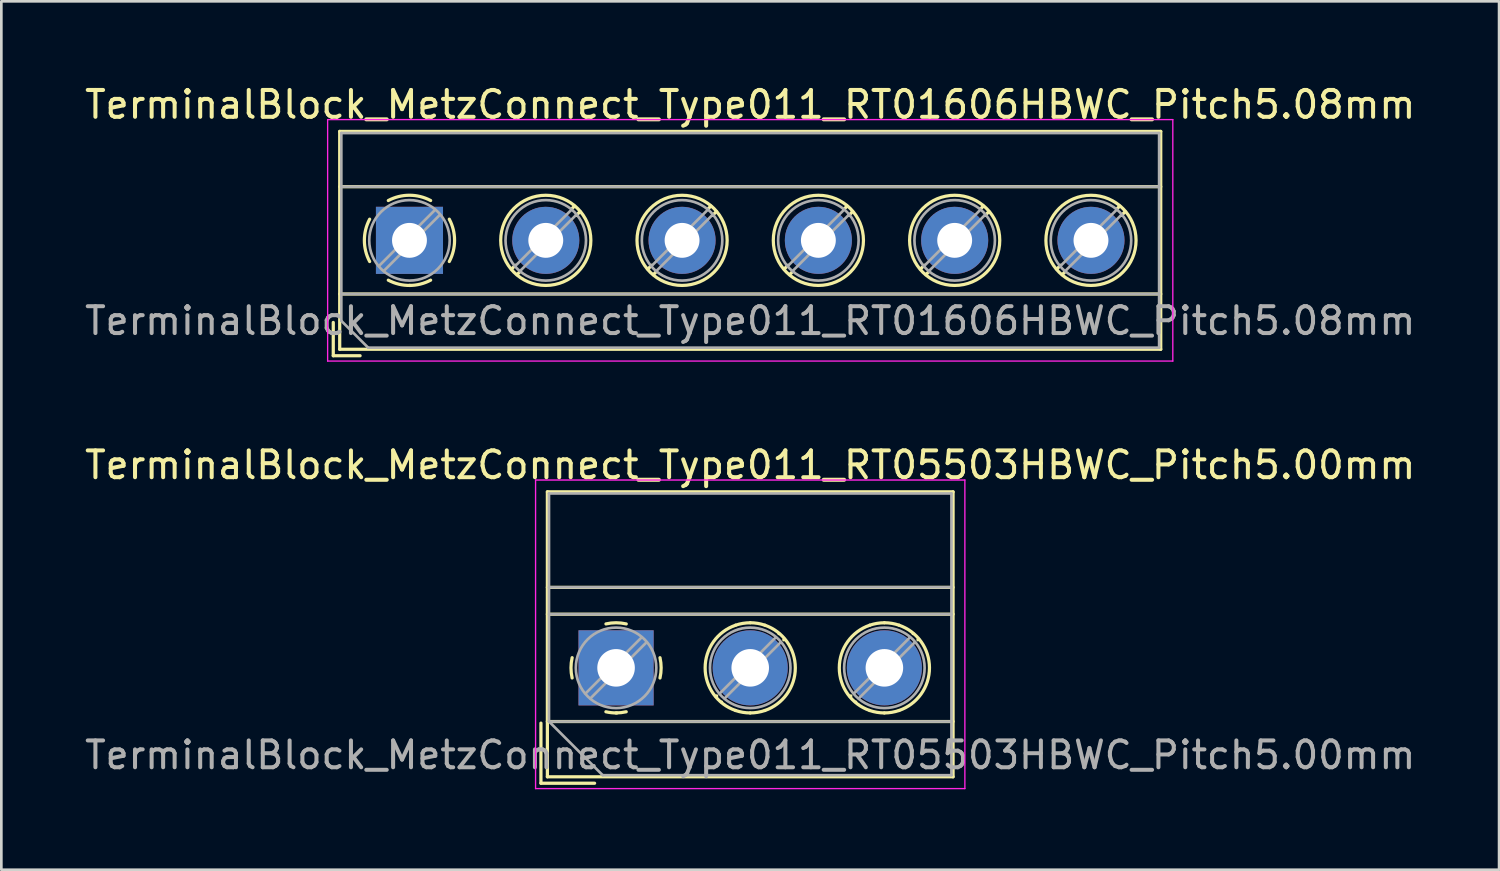
<source format=kicad_pcb>
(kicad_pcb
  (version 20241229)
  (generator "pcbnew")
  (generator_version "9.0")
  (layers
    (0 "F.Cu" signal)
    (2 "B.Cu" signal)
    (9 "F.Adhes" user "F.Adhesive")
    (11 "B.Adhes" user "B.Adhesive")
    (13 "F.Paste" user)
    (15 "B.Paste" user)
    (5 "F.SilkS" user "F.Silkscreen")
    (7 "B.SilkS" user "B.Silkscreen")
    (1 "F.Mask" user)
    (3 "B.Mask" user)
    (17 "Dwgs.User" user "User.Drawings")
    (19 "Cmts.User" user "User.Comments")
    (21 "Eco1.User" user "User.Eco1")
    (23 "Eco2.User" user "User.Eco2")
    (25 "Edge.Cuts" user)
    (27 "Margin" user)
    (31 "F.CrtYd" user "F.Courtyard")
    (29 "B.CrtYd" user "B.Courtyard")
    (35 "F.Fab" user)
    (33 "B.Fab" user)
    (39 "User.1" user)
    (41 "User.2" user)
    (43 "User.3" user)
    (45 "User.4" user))
  (footprint "TerminalBlock_MetzConnect_Type011_RT05503HBWC_Pitch5.00mm"
    (layer "F.Cu")
    (at 19.911 21.841)
    (property "Reference" "TerminalBlock_MetzConnect_Type011_RT05503HBWC_Pitch5.00mm" (at 5 -7.56 0) (layer "F.SilkS") (effects (font (size 1 1) (thickness 0.15))))
    (attr through_hole)
    (fp_line (start -2.8 2.06) (end -2.8 4.3) (stroke (width 0.12) (type solid)) (layer "F.SilkS"))
    (fp_line (start -2.8 4.3) (end -0.8 4.3) (stroke (width 0.12) (type solid)) (layer "F.SilkS"))
    (fp_line (start -2.56 -6.56) (end -2.56 4.06) (stroke (width 0.12) (type solid)) (layer "F.SilkS"))
    (fp_line (start -2.56 -3) (end 12.56 -3) (stroke (width 0.12) (type solid)) (layer "F.SilkS"))
    (fp_line (start -2.56 -2) (end 12.56 -2) (stroke (width 0.12) (type solid)) (layer "F.SilkS"))
    (fp_line (start -2.56 2) (end 12.56 2) (stroke (width 0.12) (type solid)) (layer "F.SilkS"))
    (fp_line (start -2.56 4.06) (end 12.56 4.06) (stroke (width 0.12) (type solid)) (layer "F.SilkS"))
    (fp_line (start 3.75 1.046) (end 3.726 1.069) (stroke (width 0.12) (type solid)) (layer "F.SilkS"))
    (fp_line (start 3.931 1.274) (end 3.931 1.274) (stroke (width 0.12) (type solid)) (layer "F.SilkS"))
    (fp_line (start 6.07 -1.275) (end 6.07 -1.275) (stroke (width 0.12) (type solid)) (layer "F.SilkS"))
    (fp_line (start 6.275 -1.069) (end 6.251 -1.046) (stroke (width 0.12) (type solid)) (layer "F.SilkS"))
    (fp_line (start 8.75 1.046) (end 8.726 1.069) (stroke (width 0.12) (type solid)) (layer "F.SilkS"))
    (fp_line (start 8.931 1.274) (end 8.931 1.274) (stroke (width 0.12) (type solid)) (layer "F.SilkS"))
    (fp_line (start 11.07 -1.275) (end 11.07 -1.275) (stroke (width 0.12) (type solid)) (layer "F.SilkS"))
    (fp_line (start 11.275 -1.069) (end 11.251 -1.046) (stroke (width 0.12) (type solid)) (layer "F.SilkS"))
    (fp_line (start 12.56 -6.56) (end -2.56 -6.56) (stroke (width 0.12) (type solid)) (layer "F.SilkS"))
    (fp_line (start 12.56 4.06) (end 12.56 -6.56) (stroke (width 0.12) (type solid)) (layer "F.SilkS"))
    (fp_arc (start -1.637469 0.376971) (mid -1.680301 -0.001041) (end -1.637 -0.379) (stroke (width 0.12) (type solid)) (layer "F.SilkS"))
    (fp_arc (start -0.376971 -1.637469) (mid 0.001041 -1.680301) (end 0.379 -1.637) (stroke (width 0.12) (type solid)) (layer "F.SilkS"))
    (fp_arc (start 0.028284 1.680063) (mid -0.176675 1.670987) (end -0.379 1.637) (stroke (width 0.12) (type solid)) (layer "F.SilkS"))
    (fp_arc (start 0.377918 1.636942) (mid 0.190182 1.669201) (end 0 1.68) (stroke (width 0.12) (type solid)) (layer "F.SilkS"))
    (fp_arc (start 1.63703 -0.377869) (mid 1.680075 0.000067) (end 1.637 0.378) (stroke (width 0.12) (type solid)) (layer "F.SilkS"))
    (fp_arc (start 4.451968 1.5883) (mid 3.319811 -0.001075) (end 4.454 -1.589) (stroke (width 0.12) (type solid)) (layer "F.SilkS"))
    (fp_arc (start 4.453991 -1.588797) (mid 4.723706 -1.657125) (end 5.001 -1.68) (stroke (width 0.12) (type solid)) (layer "F.SilkS"))
    (fp_arc (start 5.000129 1.680515) (mid 4.722762 1.657489) (end 4.453 1.589) (stroke (width 0.12) (type solid)) (layer "F.SilkS"))
    (fp_arc (start 5.000816 -1.68084) (mid 5.278224 -1.657654) (end 5.548 -1.589) (stroke (width 0.12) (type solid)) (layer "F.SilkS"))
    (fp_arc (start 5.546954 1.588471) (mid 5.27728 1.656959) (end 5 1.68) (stroke (width 0.12) (type solid)) (layer "F.SilkS"))
    (fp_arc (start 5.547244 -1.588916) (mid 6.680515 0.000129) (end 5.547 1.589) (stroke (width 0.12) (type solid)) (layer "F.SilkS"))
    (fp_arc (start 9.451968 1.5883) (mid 8.319811 -0.001075) (end 9.454 -1.589) (stroke (width 0.12) (type solid)) (layer "F.SilkS"))
    (fp_arc (start 9.453991 -1.588797) (mid 9.723706 -1.657125) (end 10.001 -1.68) (stroke (width 0.12) (type solid)) (layer "F.SilkS"))
    (fp_arc (start 10.000129 1.680515) (mid 9.722762 1.657489) (end 9.453 1.589) (stroke (width 0.12) (type solid)) (layer "F.SilkS"))
    (fp_arc (start 10.000816 -1.68084) (mid 10.278224 -1.657654) (end 10.548 -1.589) (stroke (width 0.12) (type solid)) (layer "F.SilkS"))
    (fp_arc (start 10.546954 1.588471) (mid 10.27728 1.656959) (end 10 1.68) (stroke (width 0.12) (type solid)) (layer "F.SilkS"))
    (fp_arc (start 10.547244 -1.588916) (mid 11.680515 0.000129) (end 10.547 1.589) (stroke (width 0.12) (type solid)) (layer "F.SilkS"))
    (fp_line (start -3 -7) (end -3 4.5) (stroke (width 0.05) (type solid)) (layer "F.CrtYd"))
    (fp_line (start -3 4.5) (end 13 4.5) (stroke (width 0.05) (type solid)) (layer "F.CrtYd"))
    (fp_line (start 13 -7) (end -3 -7) (stroke (width 0.05) (type solid)) (layer "F.CrtYd"))
    (fp_line (start 13 4.5) (end 13 -7) (stroke (width 0.05) (type solid)) (layer "F.CrtYd"))
    (fp_line (start -2.5 -6.5) (end 12.5 -6.5) (stroke (width 0.1) (type solid)) (layer "F.Fab"))
    (fp_line (start -2.5 -3) (end 12.5 -3) (stroke (width 0.1) (type solid)) (layer "F.Fab"))
    (fp_line (start -2.5 -2) (end 12.5 -2) (stroke (width 0.1) (type solid)) (layer "F.Fab"))
    (fp_line (start -2.5 2) (end -2.5 -6.5) (stroke (width 0.1) (type solid)) (layer "F.Fab"))
    (fp_line (start -2.5 2) (end 12.5 2) (stroke (width 0.1) (type solid)) (layer "F.Fab"))
    (fp_line (start -0.5 4) (end -2.5 2) (stroke (width 0.1) (type solid)) (layer "F.Fab"))
    (fp_line (start 0.955 -1.138) (end -1.138 0.955) (stroke (width 0.1) (type solid)) (layer "F.Fab"))
    (fp_line (start 1.138 -0.955) (end -0.955 1.138) (stroke (width 0.1) (type solid)) (layer "F.Fab"))
    (fp_line (start 5.955 -1.138) (end 3.863 0.955) (stroke (width 0.1) (type solid)) (layer "F.Fab"))
    (fp_line (start 6.138 -0.955) (end 4.046 1.138) (stroke (width 0.1) (type solid)) (layer "F.Fab"))
    (fp_line (start 10.955 -1.138) (end 8.863 0.955) (stroke (width 0.1) (type solid)) (layer "F.Fab"))
    (fp_line (start 11.138 -0.955) (end 9.046 1.138) (stroke (width 0.1) (type solid)) (layer "F.Fab"))
    (fp_line (start 12.5 -6.5) (end 12.5 4) (stroke (width 0.1) (type solid)) (layer "F.Fab"))
    (fp_line (start 12.5 4) (end -0.5 4) (stroke (width 0.1) (type solid)) (layer "F.Fab"))
    (fp_circle (center 0 0) (end 1.5 0) (stroke (width 0.1) (type solid)) (fill no) (layer "F.Fab"))
    (fp_circle (center 5 0) (end 6.5 0) (stroke (width 0.1) (type solid)) (fill no) (layer "F.Fab"))
    (fp_circle (center 10 0) (end 11.5 0) (stroke (width 0.1) (type solid)) (fill no) (layer "F.Fab"))
    (fp_text user "${REFERENCE}" (at 5 3.25 0) (layer "F.Fab") (effects (font (size 1 1) (thickness 0.15))))
    (pad "1" thru_hole rect (at 0 0) (size 2.8 2.8) (drill 1.4) (layers "*.Cu" "*.Mask"))
    (pad "2" thru_hole oval (at 5 0) (size 2.8 2.8) (drill 1.4) (layers "*.Cu" "*.Mask"))
    (pad "3" thru_hole oval (at 10 0) (size 2.8 2.8) (drill 1.4) (layers "*.Cu" "*.Mask")))
  (footprint "TerminalBlock_MetzConnect_Type011_RT01606HBWC_Pitch5.08mm"
    (layer "F.Cu")
    (at 12.211 5.908)
    (property "Reference" "TerminalBlock_MetzConnect_Type011_RT01606HBWC_Pitch5.08mm" (at 12.7 -5.06 0) (layer "F.SilkS") (effects (font (size 1 1) (thickness 0.15))))
    (attr through_hole)
    (fp_line (start -2.84 3.06) (end -2.84 4.3) (stroke (width 0.12) (type solid)) (layer "F.SilkS"))
    (fp_line (start -2.84 4.3) (end -1.84 4.3) (stroke (width 0.12) (type solid)) (layer "F.SilkS"))
    (fp_line (start -2.6 -4.06) (end -2.6 4.06) (stroke (width 0.12) (type solid)) (layer "F.SilkS"))
    (fp_line (start -2.6 -2) (end 28 -2) (stroke (width 0.12) (type solid)) (layer "F.SilkS"))
    (fp_line (start -2.6 2) (end 28 2) (stroke (width 0.12) (type solid)) (layer "F.SilkS"))
    (fp_line (start -2.6 4.06) (end 28 4.06) (stroke (width 0.12) (type solid)) (layer "F.SilkS"))
    (fp_line (start 3.947 0.929) (end 3.806 1.069) (stroke (width 0.12) (type solid)) (layer "F.SilkS"))
    (fp_line (start 4.117 1.169) (end 4.011 1.274) (stroke (width 0.12) (type solid)) (layer "F.SilkS"))
    (fp_line (start 6.15 -1.275) (end 6.044 -1.169) (stroke (width 0.12) (type solid)) (layer "F.SilkS"))
    (fp_line (start 6.355 -1.069) (end 6.214 -0.929) (stroke (width 0.12) (type solid)) (layer "F.SilkS"))
    (fp_line (start 9.027 0.929) (end 8.886 1.069) (stroke (width 0.12) (type solid)) (layer "F.SilkS"))
    (fp_line (start 9.197 1.169) (end 9.091 1.274) (stroke (width 0.12) (type solid)) (layer "F.SilkS"))
    (fp_line (start 11.23 -1.275) (end 11.124 -1.169) (stroke (width 0.12) (type solid)) (layer "F.SilkS"))
    (fp_line (start 11.435 -1.069) (end 11.294 -0.929) (stroke (width 0.12) (type solid)) (layer "F.SilkS"))
    (fp_line (start 14.107 0.929) (end 13.966 1.069) (stroke (width 0.12) (type solid)) (layer "F.SilkS"))
    (fp_line (start 14.277 1.169) (end 14.171 1.274) (stroke (width 0.12) (type solid)) (layer "F.SilkS"))
    (fp_line (start 16.31 -1.275) (end 16.204 -1.169) (stroke (width 0.12) (type solid)) (layer "F.SilkS"))
    (fp_line (start 16.515 -1.069) (end 16.374 -0.929) (stroke (width 0.12) (type solid)) (layer "F.SilkS"))
    (fp_line (start 19.187 0.929) (end 19.046 1.069) (stroke (width 0.12) (type solid)) (layer "F.SilkS"))
    (fp_line (start 19.357 1.169) (end 19.251 1.274) (stroke (width 0.12) (type solid)) (layer "F.SilkS"))
    (fp_line (start 21.39 -1.275) (end 21.284 -1.169) (stroke (width 0.12) (type solid)) (layer "F.SilkS"))
    (fp_line (start 21.595 -1.069) (end 21.454 -0.929) (stroke (width 0.12) (type solid)) (layer "F.SilkS"))
    (fp_line (start 24.267 0.929) (end 24.126 1.069) (stroke (width 0.12) (type solid)) (layer "F.SilkS"))
    (fp_line (start 24.437 1.169) (end 24.331 1.274) (stroke (width 0.12) (type solid)) (layer "F.SilkS"))
    (fp_line (start 26.47 -1.275) (end 26.364 -1.169) (stroke (width 0.12) (type solid)) (layer "F.SilkS"))
    (fp_line (start 26.675 -1.069) (end 26.534 -0.929) (stroke (width 0.12) (type solid)) (layer "F.SilkS"))
    (fp_line (start 28 -4.06) (end -2.6 -4.06) (stroke (width 0.12) (type solid)) (layer "F.SilkS"))
    (fp_line (start 28 4.06) (end 28 -4.06) (stroke (width 0.12) (type solid)) (layer "F.SilkS"))
    (fp_arc (start -1.483953 0.789089) (mid -1.680708 0.00005) (end -1.484 -0.789) (stroke (width 0.12) (type solid)) (layer "F.SilkS"))
    (fp_arc (start -0.789089 -1.483953) (mid -0.00005 -1.680708) (end 0.789 -1.484) (stroke (width 0.12) (type solid)) (layer "F.SilkS"))
    (fp_arc (start 0.029383 1.68045) (mid -0.392304 1.634281) (end -0.789 1.484) (stroke (width 0.12) (type solid)) (layer "F.SilkS"))
    (fp_arc (start 0.788712 1.483352) (mid 0.406429 1.630097) (end 0 1.68) (stroke (width 0.12) (type solid)) (layer "F.SilkS"))
    (fp_arc (start 1.483953 -0.789089) (mid 1.680708 -0.00005) (end 1.484 0.789) (stroke (width 0.12) (type solid)) (layer "F.SilkS"))
    (fp_circle (center 5.08 0) (end 6.76 0) (stroke (width 0.12) (type solid)) (fill no) (layer "F.SilkS"))
    (fp_circle (center 10.16 0) (end 11.84 0) (stroke (width 0.12) (type solid)) (fill no) (layer "F.SilkS"))
    (fp_circle (center 15.24 0) (end 16.92 0) (stroke (width 0.12) (type solid)) (fill no) (layer "F.SilkS"))
    (fp_circle (center 20.32 0) (end 22 0) (stroke (width 0.12) (type solid)) (fill no) (layer "F.SilkS"))
    (fp_circle (center 25.4 0) (end 27.08 0) (stroke (width 0.12) (type solid)) (fill no) (layer "F.SilkS"))
    (fp_line (start -3.05 -4.5) (end -3.05 4.5) (stroke (width 0.05) (type solid)) (layer "F.CrtYd"))
    (fp_line (start -3.05 4.5) (end 28.45 4.5) (stroke (width 0.05) (type solid)) (layer "F.CrtYd"))
    (fp_line (start 28.45 -4.5) (end -3.05 -4.5) (stroke (width 0.05) (type solid)) (layer "F.CrtYd"))
    (fp_line (start 28.45 4.5) (end 28.45 -4.5) (stroke (width 0.05) (type solid)) (layer "F.CrtYd"))
    (fp_line (start -2.54 -4) (end 27.94 -4) (stroke (width 0.1) (type solid)) (layer "F.Fab"))
    (fp_line (start -2.54 -2) (end 27.94 -2) (stroke (width 0.1) (type solid)) (layer "F.Fab"))
    (fp_line (start -2.54 2) (end 27.94 2) (stroke (width 0.1) (type solid)) (layer "F.Fab"))
    (fp_line (start -2.54 3) (end -2.54 -4) (stroke (width 0.1) (type solid)) (layer "F.Fab"))
    (fp_line (start -1.54 4) (end -2.54 3) (stroke (width 0.1) (type solid)) (layer "F.Fab"))
    (fp_line (start 0.955 -1.138) (end -1.138 0.955) (stroke (width 0.1) (type solid)) (layer "F.Fab"))
    (fp_line (start 1.138 -0.955) (end -0.955 1.138) (stroke (width 0.1) (type solid)) (layer "F.Fab"))
    (fp_line (start 6.035 -1.138) (end 3.943 0.955) (stroke (width 0.1) (type solid)) (layer "F.Fab"))
    (fp_line (start 6.218 -0.955) (end 4.126 1.138) (stroke (width 0.1) (type solid)) (layer "F.Fab"))
    (fp_line (start 11.115 -1.138) (end 9.023 0.955) (stroke (width 0.1) (type solid)) (layer "F.Fab"))
    (fp_line (start 11.298 -0.955) (end 9.206 1.138) (stroke (width 0.1) (type solid)) (layer "F.Fab"))
    (fp_line (start 16.195 -1.138) (end 14.103 0.955) (stroke (width 0.1) (type solid)) (layer "F.Fab"))
    (fp_line (start 16.378 -0.955) (end 14.286 1.138) (stroke (width 0.1) (type solid)) (layer "F.Fab"))
    (fp_line (start 21.275 -1.138) (end 19.183 0.955) (stroke (width 0.1) (type solid)) (layer "F.Fab"))
    (fp_line (start 21.458 -0.955) (end 19.366 1.138) (stroke (width 0.1) (type solid)) (layer "F.Fab"))
    (fp_line (start 26.355 -1.138) (end 24.263 0.955) (stroke (width 0.1) (type solid)) (layer "F.Fab"))
    (fp_line (start 26.538 -0.955) (end 24.446 1.138) (stroke (width 0.1) (type solid)) (layer "F.Fab"))
    (fp_line (start 27.94 -4) (end 27.94 4) (stroke (width 0.1) (type solid)) (layer "F.Fab"))
    (fp_line (start 27.94 4) (end -1.54 4) (stroke (width 0.1) (type solid)) (layer "F.Fab"))
    (fp_circle (center 0 0) (end 1.5 0) (stroke (width 0.1) (type solid)) (fill no) (layer "F.Fab"))
    (fp_circle (center 5.08 0) (end 6.58 0) (stroke (width 0.1) (type solid)) (fill no) (layer "F.Fab"))
    (fp_circle (center 10.16 0) (end 11.66 0) (stroke (width 0.1) (type solid)) (fill no) (layer "F.Fab"))
    (fp_circle (center 15.24 0) (end 16.74 0) (stroke (width 0.1) (type solid)) (fill no) (layer "F.Fab"))
    (fp_circle (center 20.32 0) (end 21.82 0) (stroke (width 0.1) (type solid)) (fill no) (layer "F.Fab"))
    (fp_circle (center 25.4 0) (end 26.9 0) (stroke (width 0.1) (type solid)) (fill no) (layer "F.Fab"))
    (fp_text user "${REFERENCE}" (at 12.7 3 0) (layer "F.Fab") (effects (font (size 1 1) (thickness 0.15))))
    (pad "1" thru_hole rect (at 0 0) (size 2.5 2.5) (drill 1.3) (layers "*.Cu" "*.Mask"))
    (pad "2" thru_hole oval (at 5.08 0) (size 2.5 2.5) (drill 1.3) (layers "*.Cu" "*.Mask"))
    (pad "3" thru_hole oval (at 10.16 0) (size 2.5 2.5) (drill 1.3) (layers "*.Cu" "*.Mask"))
    (pad "4" thru_hole oval (at 15.24 0) (size 2.5 2.5) (drill 1.3) (layers "*.Cu" "*.Mask"))
    (pad "5" thru_hole oval (at 20.32 0) (size 2.5 2.5) (drill 1.3) (layers "*.Cu" "*.Mask"))
    (pad "6" thru_hole oval (at 25.4 0) (size 2.5 2.5) (drill 1.3) (layers "*.Cu" "*.Mask")))
  (gr_rect
    (start -3 -3)
    (end 52.821 29.366)
    (stroke (width 0.1) (type default))
    (fill no)
    (layer "Edge.Cuts")))
</source>
